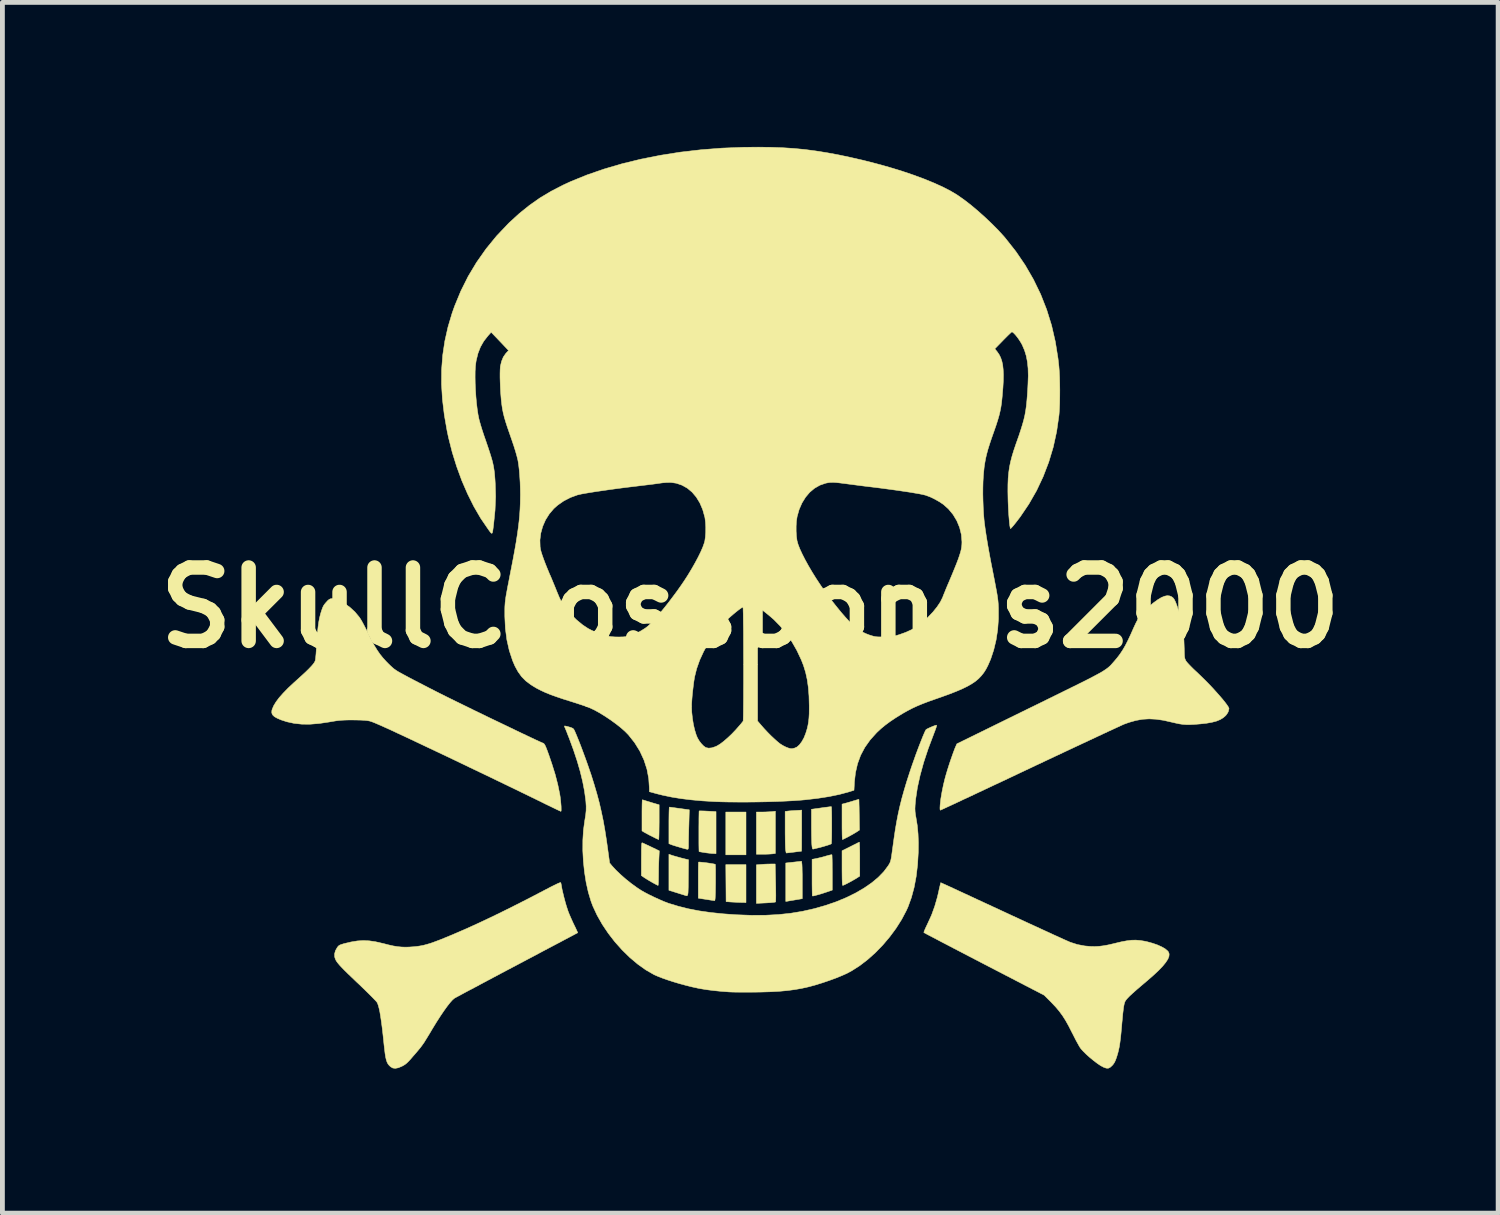
<source format=kicad_pcb>
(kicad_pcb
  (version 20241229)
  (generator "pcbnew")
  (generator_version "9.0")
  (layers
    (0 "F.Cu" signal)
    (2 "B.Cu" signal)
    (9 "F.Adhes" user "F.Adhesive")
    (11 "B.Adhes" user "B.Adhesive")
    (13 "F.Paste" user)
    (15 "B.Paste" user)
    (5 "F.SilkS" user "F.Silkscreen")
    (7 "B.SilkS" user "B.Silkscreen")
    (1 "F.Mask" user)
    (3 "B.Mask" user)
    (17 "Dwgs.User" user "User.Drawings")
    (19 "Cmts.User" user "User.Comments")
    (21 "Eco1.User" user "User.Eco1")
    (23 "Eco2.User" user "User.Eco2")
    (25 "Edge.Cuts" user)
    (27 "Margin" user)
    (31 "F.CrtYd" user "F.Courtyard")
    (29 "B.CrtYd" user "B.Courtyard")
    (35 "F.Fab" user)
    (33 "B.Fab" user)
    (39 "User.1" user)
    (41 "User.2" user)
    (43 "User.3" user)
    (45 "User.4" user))
  (footprint "SkullCrossbones2000"
    (layer "F.Cu")
    (at 12.526 9.566)
    (property "Reference" "SkullCrossbones2000" (at 0 0 0) (layer "F.SilkS") (effects (font (size 1.524 1.524) (thickness 0.3))))
    (attr through_hole)
    (fp_poly (pts (xy -0.089 5.131) (xy -0.508 5.131) (xy -0.508 4.242) (xy -0.089 4.242) (xy -0.089 5.131)) (stroke (width 0.01) (type solid)) (fill yes) (layer "F.SilkS"))
    (fp_poly (pts (xy -0.089 6.121) (xy -0.194 6.119) (xy -0.261 6.117) (xy -0.337 6.113) (xy -0.4 6.11) (xy -0.502 6.102) (xy -0.505 5.718) (xy -0.508 5.334) (xy -0.089 5.334) (xy -0.089 6.121)) (stroke (width 0.01) (type solid)) (fill yes) (layer "F.SilkS"))
    (fp_poly (pts (xy 0.521 5.102) (xy 0.462 5.11) (xy 0.424 5.113) (xy 0.369 5.116) (xy 0.306 5.118) (xy 0.265 5.118) (xy 0.127 5.118) (xy 0.127 4.242) (xy 0.246 4.242) (xy 0.31 4.241) (xy 0.375 4.238) (xy 0.431 4.235) (xy 0.443 4.234) (xy 0.521 4.225) (xy 0.521 5.102)) (stroke (width 0.01) (type solid)) (fill yes) (layer "F.SilkS"))
    (fp_poly (pts (xy 1.072 5.32) (xy 1.074 5.348) (xy 1.076 5.397) (xy 1.077 5.463) (xy 1.079 5.542) (xy 1.079 5.631) (xy 1.079 5.708) (xy 1.079 6.041) (xy 0.949 6.063) (xy 0.89 6.073) (xy 0.835 6.082) (xy 0.794 6.089) (xy 0.778 6.092) (xy 0.737 6.099) (xy 0.737 5.3) (xy 0.9 5.282) (xy 1.064 5.264) (xy 1.072 5.32)) (stroke (width 0.01) (type solid)) (fill yes) (layer "F.SilkS"))
    (fp_poly (pts (xy 0.526 5.71) (xy 0.528 5.807) (xy 0.529 5.896) (xy 0.53 5.973) (xy 0.529 6.036) (xy 0.528 6.082) (xy 0.526 6.106) (xy 0.525 6.109) (xy 0.509 6.113) (xy 0.473 6.118) (xy 0.42 6.123) (xy 0.356 6.127) (xy 0.321 6.129) (xy 0.127 6.138) (xy 0.127 5.338) (xy 0.224 5.33) (xy 0.29 5.325) (xy 0.364 5.322) (xy 0.419 5.321) (xy 0.517 5.321) (xy 0.526 5.71)) (stroke (width 0.01) (type solid)) (fill yes) (layer "F.SilkS"))
    (fp_poly (pts (xy -1.64 5.136) (xy -1.607 5.147) (xy -1.555 5.162) (xy -1.494 5.179) (xy -1.43 5.197) (xy -1.37 5.212) (xy -1.322 5.224) (xy -1.317 5.225) (xy -1.282 5.233) (xy -1.286 5.604) (xy -1.287 5.713) (xy -1.288 5.8) (xy -1.29 5.866) (xy -1.292 5.915) (xy -1.296 5.948) (xy -1.302 5.968) (xy -1.31 5.978) (xy -1.32 5.981) (xy -1.332 5.978) (xy -1.34 5.976) (xy -1.356 5.971) (xy -1.392 5.959) (xy -1.442 5.944) (xy -1.502 5.925) (xy -1.521 5.919) (xy -1.689 5.867) (xy -1.689 5.119) (xy -1.64 5.136)) (stroke (width 0.01) (type solid)) (fill yes) (layer "F.SilkS"))
    (fp_poly (pts (xy -1.014 4.219) (xy -0.963 4.22) (xy -0.902 4.223) (xy -0.884 4.224) (xy -0.711 4.233) (xy -0.711 5.105) (xy -0.765 5.104) (xy -0.802 5.102) (xy -0.855 5.096) (xy -0.915 5.089) (xy -0.938 5.085) (xy -0.99 5.077) (xy -1.032 5.07) (xy -1.058 5.065) (xy -1.063 5.063) (xy -1.064 5.049) (xy -1.065 5.014) (xy -1.066 4.961) (xy -1.067 4.893) (xy -1.067 4.814) (xy -1.067 4.728) (xy -1.067 4.639) (xy -1.067 4.55) (xy -1.066 4.464) (xy -1.066 4.386) (xy -1.065 4.319) (xy -1.064 4.266) (xy -1.063 4.232) (xy -1.061 4.22) (xy -1.048 4.218) (xy -1.014 4.219)) (stroke (width 0.01) (type solid)) (fill yes) (layer "F.SilkS"))
    (fp_poly (pts (xy 2.266 4.878) (xy 2.268 4.911) (xy 2.27 4.963) (xy 2.272 5.031) (xy 2.273 5.112) (xy 2.273 5.203) (xy 2.273 5.217) (xy 2.273 5.572) (xy 2.223 5.605) (xy 2.186 5.628) (xy 2.139 5.655) (xy 2.086 5.685) (xy 2.033 5.713) (xy 1.985 5.738) (xy 1.946 5.756) (xy 1.923 5.765) (xy 1.92 5.766) (xy 1.915 5.759) (xy 1.911 5.736) (xy 1.909 5.695) (xy 1.907 5.635) (xy 1.906 5.554) (xy 1.905 5.45) (xy 1.905 5.406) (xy 1.905 5.046) (xy 2.08 4.959) (xy 2.141 4.928) (xy 2.194 4.902) (xy 2.234 4.881) (xy 2.259 4.869) (xy 2.264 4.867) (xy 2.266 4.878)) (stroke (width 0.01) (type solid)) (fill yes) (layer "F.SilkS"))
    (fp_poly (pts (xy -2.226 3.991) (xy -2.194 4.001) (xy -2.15 4.015) (xy -2.136 4.019) (xy -2.077 4.037) (xy -2.016 4.056) (xy -1.966 4.07) (xy -1.965 4.071) (xy -1.892 4.091) (xy -1.892 4.452) (xy -1.893 4.545) (xy -1.894 4.629) (xy -1.895 4.701) (xy -1.897 4.758) (xy -1.899 4.796) (xy -1.901 4.812) (xy -1.902 4.813) (xy -1.916 4.807) (xy -1.949 4.793) (xy -1.993 4.771) (xy -2.038 4.748) (xy -2.095 4.72) (xy -2.146 4.692) (xy -2.187 4.67) (xy -2.207 4.659) (xy -2.248 4.633) (xy -2.248 4.311) (xy -2.248 4.223) (xy -2.247 4.145) (xy -2.246 4.078) (xy -2.244 4.028) (xy -2.243 3.997) (xy -2.241 3.988) (xy -2.226 3.991)) (stroke (width 0.01) (type solid)) (fill yes) (layer "F.SilkS"))
    (fp_poly (pts (xy 1.695 5.128) (xy 1.697 5.142) (xy 1.698 5.178) (xy 1.7 5.233) (xy 1.701 5.304) (xy 1.701 5.387) (xy 1.702 5.479) (xy 1.702 5.499) (xy 1.702 5.863) (xy 1.603 5.897) (xy 1.531 5.921) (xy 1.462 5.943) (xy 1.398 5.961) (xy 1.346 5.975) (xy 1.309 5.984) (xy 1.29 5.985) (xy 1.29 5.984) (xy 1.288 5.97) (xy 1.286 5.934) (xy 1.285 5.879) (xy 1.284 5.808) (xy 1.283 5.725) (xy 1.283 5.632) (xy 1.283 5.601) (xy 1.283 5.224) (xy 1.368 5.208) (xy 1.421 5.196) (xy 1.487 5.18) (xy 1.553 5.162) (xy 1.571 5.156) (xy 1.622 5.142) (xy 1.663 5.132) (xy 1.689 5.128) (xy 1.695 5.128)) (stroke (width 0.01) (type solid)) (fill yes) (layer "F.SilkS"))
    (fp_poly (pts (xy 2.256 3.992) (xy 2.257 4.027) (xy 2.258 4.08) (xy 2.26 4.148) (xy 2.261 4.228) (xy 2.262 4.299) (xy 2.267 4.616) (xy 2.203 4.658) (xy 2.17 4.678) (xy 2.126 4.704) (xy 2.075 4.732) (xy 2.024 4.76) (xy 1.976 4.784) (xy 1.939 4.803) (xy 1.916 4.812) (xy 1.913 4.813) (xy 1.911 4.801) (xy 1.909 4.767) (xy 1.907 4.713) (xy 1.906 4.644) (xy 1.905 4.562) (xy 1.905 4.47) (xy 1.905 4.445) (xy 1.905 4.078) (xy 1.959 4.064) (xy 1.995 4.054) (xy 2.047 4.039) (xy 2.106 4.022) (xy 2.133 4.013) (xy 2.184 3.998) (xy 2.225 3.986) (xy 2.25 3.98) (xy 2.255 3.979) (xy 2.256 3.992)) (stroke (width 0.01) (type solid)) (fill yes) (layer "F.SilkS"))
    (fp_poly (pts (xy -2.228 4.887) (xy -2.193 4.903) (xy -2.144 4.926) (xy -2.086 4.953) (xy -2.059 4.966) (xy -1.889 5.048) (xy -1.897 5.219) (xy -1.9 5.299) (xy -1.903 5.394) (xy -1.904 5.491) (xy -1.905 5.577) (xy -1.905 5.577) (xy -1.906 5.643) (xy -1.907 5.699) (xy -1.91 5.74) (xy -1.913 5.763) (xy -1.915 5.766) (xy -1.929 5.76) (xy -1.96 5.744) (xy -2.003 5.721) (xy -2.032 5.705) (xy -2.087 5.673) (xy -2.142 5.64) (xy -2.187 5.612) (xy -2.2 5.603) (xy -2.261 5.561) (xy -2.261 5.218) (xy -2.26 5.112) (xy -2.26 5.029) (xy -2.258 4.966) (xy -2.256 4.922) (xy -2.253 4.895) (xy -2.249 4.882) (xy -2.245 4.88) (xy -2.228 4.887)) (stroke (width 0.01) (type solid)) (fill yes) (layer "F.SilkS"))
    (fp_poly (pts (xy 1.067 4.628) (xy 1.067 4.729) (xy 1.066 4.822) (xy 1.066 4.903) (xy 1.066 4.97) (xy 1.065 5.019) (xy 1.064 5.048) (xy 1.064 5.055) (xy 1.051 5.056) (xy 1.017 5.06) (xy 0.969 5.066) (xy 0.91 5.074) (xy 0.909 5.074) (xy 0.849 5.081) (xy 0.799 5.087) (xy 0.764 5.091) (xy 0.748 5.093) (xy 0.748 5.093) (xy 0.743 5.081) (xy 0.737 5.051) (xy 0.732 5.015) (xy 0.73 4.981) (xy 0.728 4.926) (xy 0.726 4.855) (xy 0.725 4.77) (xy 0.724 4.678) (xy 0.724 4.583) (xy 0.724 4.23) (xy 0.765 4.224) (xy 0.796 4.22) (xy 0.843 4.216) (xy 0.901 4.212) (xy 0.937 4.21) (xy 1.067 4.202) (xy 1.067 4.628)) (stroke (width 0.01) (type solid)) (fill yes) (layer "F.SilkS"))
    (fp_poly (pts (xy -1.664 4.141) (xy -1.628 4.146) (xy -1.576 4.153) (xy -1.512 4.162) (xy -1.468 4.168) (xy -1.266 4.196) (xy -1.274 4.5) (xy -1.277 4.593) (xy -1.279 4.684) (xy -1.281 4.768) (xy -1.282 4.839) (xy -1.283 4.893) (xy -1.283 4.911) (xy -1.283 4.963) (xy -1.286 4.995) (xy -1.291 5.01) (xy -1.301 5.016) (xy -1.305 5.016) (xy -1.325 5.012) (xy -1.364 5.002) (xy -1.416 4.988) (xy -1.473 4.971) (xy -1.534 4.953) (xy -1.589 4.936) (xy -1.631 4.922) (xy -1.654 4.913) (xy -1.689 4.899) (xy -1.689 4.52) (xy -1.689 4.424) (xy -1.688 4.338) (xy -1.687 4.263) (xy -1.685 4.203) (xy -1.683 4.162) (xy -1.68 4.141) (xy -1.68 4.14) (xy -1.664 4.141)) (stroke (width 0.01) (type solid)) (fill yes) (layer "F.SilkS"))
    (fp_poly (pts (xy -1.025 5.283) (xy -0.977 5.288) (xy -0.922 5.294) (xy -0.864 5.302) (xy -0.81 5.311) (xy -0.765 5.318) (xy -0.735 5.325) (xy -0.726 5.329) (xy -0.724 5.344) (xy -0.723 5.381) (xy -0.721 5.438) (xy -0.721 5.509) (xy -0.721 5.593) (xy -0.721 5.686) (xy -0.721 5.712) (xy -0.723 5.825) (xy -0.724 5.915) (xy -0.727 5.983) (xy -0.729 6.032) (xy -0.733 6.063) (xy -0.737 6.079) (xy -0.74 6.082) (xy -0.76 6.079) (xy -0.797 6.074) (xy -0.832 6.069) (xy -0.888 6.06) (xy -0.952 6.05) (xy -0.994 6.044) (xy -1.079 6.03) (xy -1.079 5.659) (xy -1.079 5.564) (xy -1.079 5.478) (xy -1.078 5.404) (xy -1.077 5.344) (xy -1.076 5.303) (xy -1.074 5.283) (xy -1.074 5.282) (xy -1.059 5.28) (xy -1.025 5.283)) (stroke (width 0.01) (type solid)) (fill yes) (layer "F.SilkS"))
    (fp_poly (pts (xy 1.686 4.145) (xy 1.687 4.181) (xy 1.689 4.235) (xy 1.69 4.303) (xy 1.691 4.381) (xy 1.691 4.465) (xy 1.691 4.551) (xy 1.691 4.635) (xy 1.69 4.714) (xy 1.689 4.784) (xy 1.687 4.841) (xy 1.685 4.881) (xy 1.683 4.9) (xy 1.683 4.901) (xy 1.665 4.91) (xy 1.629 4.923) (xy 1.579 4.939) (xy 1.522 4.956) (xy 1.462 4.973) (xy 1.406 4.987) (xy 1.384 4.992) (xy 1.345 5.001) (xy 1.314 5.009) (xy 1.307 5.011) (xy 1.296 5.01) (xy 1.289 4.997) (xy 1.283 4.967) (xy 1.278 4.92) (xy 1.276 4.879) (xy 1.274 4.818) (xy 1.272 4.742) (xy 1.271 4.655) (xy 1.27 4.562) (xy 1.27 4.503) (xy 1.27 4.185) (xy 1.475 4.156) (xy 1.544 4.146) (xy 1.603 4.139) (xy 1.649 4.133) (xy 1.677 4.13) (xy 1.683 4.13) (xy 1.686 4.145)) (stroke (width 0.01) (type solid)) (fill yes) (layer "F.SilkS"))
    (fp_poly (pts (xy 3.965 5.713) (xy 3.998 5.728) (xy 4.052 5.752) (xy 4.124 5.785) (xy 4.213 5.826) (xy 4.318 5.875) (xy 4.437 5.93) (xy 4.569 5.991) (xy 4.712 6.058) (xy 4.866 6.129) (xy 5.028 6.204) (xy 5.196 6.282) (xy 5.251 6.307) (xy 5.424 6.388) (xy 5.592 6.465) (xy 5.753 6.54) (xy 5.906 6.61) (xy 6.049 6.676) (xy 6.18 6.736) (xy 6.299 6.791) (xy 6.403 6.838) (xy 6.49 6.878) (xy 6.56 6.909) (xy 6.61 6.931) (xy 6.639 6.944) (xy 6.642 6.945) (xy 6.791 6.993) (xy 6.945 7.022) (xy 7.062 7.032) (xy 7.151 7.034) (xy 7.237 7.03) (xy 7.328 7.019) (xy 7.429 7.001) (xy 7.546 6.974) (xy 7.582 6.965) (xy 7.709 6.935) (xy 7.817 6.915) (xy 7.914 6.903) (xy 8.003 6.901) (xy 8.091 6.908) (xy 8.184 6.923) (xy 8.236 6.934) (xy 8.349 6.965) (xy 8.451 7) (xy 8.54 7.04) (xy 8.612 7.081) (xy 8.663 7.124) (xy 8.681 7.146) (xy 8.696 7.188) (xy 8.692 7.238) (xy 8.669 7.296) (xy 8.625 7.364) (xy 8.561 7.442) (xy 8.476 7.531) (xy 8.37 7.63) (xy 8.242 7.742) (xy 8.225 7.756) (xy 8.112 7.852) (xy 8.017 7.933) (xy 7.94 8.002) (xy 7.879 8.058) (xy 7.834 8.104) (xy 7.803 8.14) (xy 7.785 8.167) (xy 7.784 8.168) (xy 7.774 8.19) (xy 7.766 8.216) (xy 7.758 8.251) (xy 7.75 8.295) (xy 7.743 8.352) (xy 7.734 8.425) (xy 7.726 8.516) (xy 7.715 8.628) (xy 7.709 8.703) (xy 7.697 8.832) (xy 7.686 8.94) (xy 7.674 9.031) (xy 7.662 9.11) (xy 7.647 9.18) (xy 7.631 9.246) (xy 7.611 9.312) (xy 7.605 9.332) (xy 7.582 9.395) (xy 7.56 9.442) (xy 7.536 9.478) (xy 7.511 9.507) (xy 7.469 9.544) (xy 7.431 9.561) (xy 7.389 9.559) (xy 7.336 9.54) (xy 7.329 9.537) (xy 7.272 9.506) (xy 7.204 9.46) (xy 7.13 9.404) (xy 7.053 9.341) (xy 6.981 9.277) (xy 6.917 9.214) (xy 6.867 9.159) (xy 6.849 9.135) (xy 6.828 9.101) (xy 6.799 9.049) (xy 6.763 8.984) (xy 6.725 8.909) (xy 6.685 8.831) (xy 6.676 8.814) (xy 6.609 8.682) (xy 6.545 8.568) (xy 6.482 8.469) (xy 6.416 8.379) (xy 6.344 8.293) (xy 6.261 8.205) (xy 6.242 8.185) (xy 6.102 8.045) (xy 4.857 7.4) (xy 4.692 7.314) (xy 4.532 7.231) (xy 4.381 7.152) (xy 4.238 7.078) (xy 4.107 7.009) (xy 3.987 6.947) (xy 3.881 6.891) (xy 3.79 6.843) (xy 3.715 6.804) (xy 3.658 6.774) (xy 3.621 6.754) (xy 3.604 6.745) (xy 3.604 6.745) (xy 3.606 6.731) (xy 3.618 6.699) (xy 3.638 6.652) (xy 3.665 6.595) (xy 3.682 6.559) (xy 3.763 6.382) (xy 3.829 6.2) (xy 3.885 6.006) (xy 3.911 5.893) (xy 3.925 5.828) (xy 3.938 5.774) (xy 3.947 5.733) (xy 3.953 5.711) (xy 3.954 5.708) (xy 3.965 5.713)) (stroke (width 0.01) (type solid)) (fill yes) (layer "F.SilkS"))
    (fp_poly (pts (xy 8.708 -0.244) (xy 8.711 -0.243) (xy 8.747 -0.228) (xy 8.777 -0.205) (xy 8.803 -0.171) (xy 8.828 -0.12) (xy 8.855 -0.05) (xy 8.865 -0.022) (xy 8.918 0.154) (xy 8.958 0.325) (xy 8.986 0.498) (xy 9.003 0.681) (xy 9.009 0.845) (xy 9.011 0.923) (xy 9.013 0.98) (xy 9.016 1.021) (xy 9.021 1.05) (xy 9.029 1.073) (xy 9.039 1.094) (xy 9.046 1.107) (xy 9.066 1.133) (xy 9.101 1.172) (xy 9.147 1.22) (xy 9.202 1.275) (xy 9.262 1.331) (xy 9.265 1.333) (xy 9.346 1.411) (xy 9.43 1.493) (xy 9.513 1.577) (xy 9.594 1.662) (xy 9.67 1.746) (xy 9.741 1.826) (xy 9.804 1.899) (xy 9.857 1.965) (xy 9.898 2.02) (xy 9.926 2.063) (xy 9.938 2.091) (xy 9.938 2.099) (xy 9.932 2.122) (xy 9.926 2.15) (xy 9.913 2.179) (xy 9.888 2.216) (xy 9.872 2.237) (xy 9.82 2.283) (xy 9.757 2.322) (xy 9.679 2.354) (xy 9.584 2.379) (xy 9.47 2.399) (xy 9.332 2.414) (xy 9.328 2.414) (xy 9.219 2.423) (xy 9.129 2.427) (xy 9.051 2.427) (xy 8.979 2.422) (xy 8.905 2.411) (xy 8.825 2.394) (xy 8.743 2.375) (xy 8.575 2.337) (xy 8.422 2.315) (xy 8.28 2.308) (xy 8.142 2.316) (xy 8.005 2.341) (xy 7.863 2.381) (xy 7.76 2.418) (xy 7.737 2.428) (xy 7.691 2.449) (xy 7.626 2.479) (xy 7.541 2.518) (xy 7.439 2.565) (xy 7.321 2.62) (xy 7.187 2.683) (xy 7.039 2.752) (xy 6.879 2.827) (xy 6.708 2.907) (xy 6.527 2.992) (xy 6.337 3.081) (xy 6.14 3.174) (xy 5.937 3.269) (xy 5.805 3.332) (xy 5.601 3.428) (xy 5.403 3.522) (xy 5.212 3.612) (xy 5.03 3.697) (xy 4.858 3.778) (xy 4.697 3.854) (xy 4.548 3.924) (xy 4.412 3.987) (xy 4.292 4.044) (xy 4.187 4.093) (xy 4.1 4.133) (xy 4.031 4.165) (xy 3.981 4.188) (xy 3.953 4.201) (xy 3.946 4.204) (xy 3.94 4.192) (xy 3.938 4.157) (xy 3.941 4.102) (xy 3.941 4.098) (xy 3.955 3.971) (xy 3.979 3.829) (xy 4.01 3.677) (xy 4.043 3.542) (xy 4.064 3.467) (xy 4.09 3.379) (xy 4.12 3.284) (xy 4.152 3.186) (xy 4.185 3.092) (xy 4.215 3.007) (xy 4.242 2.935) (xy 4.261 2.889) (xy 4.289 2.826) (xy 5.803 2.083) (xy 6.024 1.975) (xy 6.223 1.877) (xy 6.402 1.789) (xy 6.562 1.71) (xy 6.704 1.64) (xy 6.829 1.578) (xy 6.939 1.523) (xy 7.035 1.475) (xy 7.117 1.432) (xy 7.188 1.394) (xy 7.249 1.361) (xy 7.3 1.332) (xy 7.343 1.305) (xy 7.379 1.281) (xy 7.41 1.259) (xy 7.436 1.238) (xy 7.459 1.218) (xy 7.481 1.197) (xy 7.501 1.175) (xy 7.522 1.151) (xy 7.545 1.125) (xy 7.555 1.114) (xy 7.619 1.038) (xy 7.677 0.961) (xy 7.732 0.878) (xy 7.786 0.785) (xy 7.84 0.679) (xy 7.898 0.556) (xy 7.955 0.427) (xy 8.004 0.321) (xy 8.05 0.233) (xy 8.098 0.159) (xy 8.153 0.093) (xy 8.218 0.028) (xy 8.27 -0.019) (xy 8.371 -0.102) (xy 8.459 -0.166) (xy 8.535 -0.212) (xy 8.601 -0.239) (xy 8.658 -0.25) (xy 8.708 -0.244)) (stroke (width 0.01) (type solid)) (fill yes) (layer "F.SilkS"))
    (fp_poly (pts (xy -3.935 5.707) (xy -3.929 5.727) (xy -3.922 5.763) (xy -3.918 5.785) (xy -3.908 5.844) (xy -3.89 5.921) (xy -3.869 6.008) (xy -3.845 6.099) (xy -3.82 6.186) (xy -3.795 6.263) (xy -3.777 6.316) (xy -3.753 6.375) (xy -3.722 6.446) (xy -3.688 6.522) (xy -3.656 6.589) (xy -3.628 6.646) (xy -3.606 6.694) (xy -3.59 6.729) (xy -3.583 6.747) (xy -3.583 6.749) (xy -3.595 6.755) (xy -3.628 6.772) (xy -3.68 6.8) (xy -3.75 6.837) (xy -3.837 6.883) (xy -3.94 6.938) (xy -4.056 6.999) (xy -4.185 7.067) (xy -4.325 7.141) (xy -4.474 7.221) (xy -4.632 7.304) (xy -4.796 7.391) (xy -4.845 7.417) (xy -5.012 7.505) (xy -5.173 7.59) (xy -5.327 7.672) (xy -5.472 7.749) (xy -5.607 7.821) (xy -5.73 7.887) (xy -5.841 7.945) (xy -5.936 7.996) (xy -6.015 8.039) (xy -6.077 8.072) (xy -6.119 8.095) (xy -6.141 8.107) (xy -6.143 8.109) (xy -6.182 8.142) (xy -6.232 8.198) (xy -6.291 8.273) (xy -6.359 8.367) (xy -6.434 8.478) (xy -6.515 8.604) (xy -6.602 8.746) (xy -6.642 8.814) (xy -6.694 8.9) (xy -6.737 8.97) (xy -6.773 9.028) (xy -6.809 9.079) (xy -6.845 9.128) (xy -6.888 9.18) (xy -6.939 9.241) (xy -7.001 9.312) (xy -7.055 9.375) (xy -7.098 9.421) (xy -7.133 9.455) (xy -7.164 9.48) (xy -7.195 9.5) (xy -7.23 9.519) (xy -7.306 9.551) (xy -7.368 9.563) (xy -7.42 9.557) (xy -7.466 9.531) (xy -7.467 9.53) (xy -7.497 9.502) (xy -7.521 9.472) (xy -7.54 9.436) (xy -7.556 9.39) (xy -7.57 9.331) (xy -7.582 9.256) (xy -7.593 9.162) (xy -7.603 9.077) (xy -7.622 8.894) (xy -7.64 8.735) (xy -7.658 8.598) (xy -7.675 8.483) (xy -7.691 8.388) (xy -7.708 8.311) (xy -7.724 8.252) (xy -7.741 8.208) (xy -7.75 8.191) (xy -7.766 8.172) (xy -7.797 8.139) (xy -7.843 8.091) (xy -7.901 8.033) (xy -7.969 7.966) (xy -8.045 7.892) (xy -8.127 7.813) (xy -8.166 7.777) (xy -8.269 7.678) (xy -8.355 7.596) (xy -8.426 7.526) (xy -8.482 7.468) (xy -8.527 7.42) (xy -8.561 7.379) (xy -8.587 7.345) (xy -8.605 7.314) (xy -8.617 7.285) (xy -8.626 7.257) (xy -8.629 7.243) (xy -8.63 7.185) (xy -8.612 7.12) (xy -8.576 7.056) (xy -8.574 7.053) (xy -8.553 7.026) (xy -8.53 7.008) (xy -8.498 6.994) (xy -8.45 6.979) (xy -8.438 6.975) (xy -8.291 6.94) (xy -8.158 6.918) (xy -8.033 6.91) (xy -7.909 6.916) (xy -7.779 6.935) (xy -7.636 6.968) (xy -7.625 6.97) (xy -7.509 7) (xy -7.41 7.022) (xy -7.324 7.036) (xy -7.244 7.044) (xy -7.164 7.047) (xy -7.079 7.045) (xy -7.068 7.044) (xy -6.993 7.039) (xy -6.923 7.032) (xy -6.855 7.022) (xy -6.787 7.009) (xy -6.715 6.99) (xy -6.637 6.967) (xy -6.551 6.936) (xy -6.452 6.899) (xy -6.338 6.853) (xy -6.207 6.799) (xy -6.071 6.741) (xy -5.856 6.647) (xy -5.622 6.54) (xy -5.372 6.422) (xy -5.108 6.293) (xy -4.834 6.156) (xy -4.55 6.011) (xy -4.261 5.86) (xy -4.255 5.857) (xy -4.15 5.802) (xy -4.066 5.76) (xy -4.002 5.729) (xy -3.959 5.711) (xy -3.938 5.706) (xy -3.935 5.707)) (stroke (width 0.01) (type solid)) (fill yes) (layer "F.SilkS"))
    (fp_poly (pts (xy -8.606 -0.175) (xy -8.548 -0.153) (xy -8.429 -0.092) (xy -8.314 -0.01) (xy -8.208 0.087) (xy -8.118 0.195) (xy -8.094 0.231) (xy -8.07 0.27) (xy -8.039 0.327) (xy -8.002 0.397) (xy -7.963 0.473) (xy -7.926 0.55) (xy -7.862 0.679) (xy -7.803 0.788) (xy -7.746 0.881) (xy -7.689 0.964) (xy -7.628 1.04) (xy -7.561 1.114) (xy -7.52 1.156) (xy -7.474 1.201) (xy -7.435 1.237) (xy -7.399 1.268) (xy -7.361 1.295) (xy -7.318 1.323) (xy -7.263 1.354) (xy -7.193 1.392) (xy -7.15 1.415) (xy -7.08 1.453) (xy -6.992 1.499) (xy -6.892 1.551) (xy -6.783 1.607) (xy -6.671 1.665) (xy -6.561 1.721) (xy -6.505 1.75) (xy -6.425 1.79) (xy -6.331 1.837) (xy -6.224 1.89) (xy -6.106 1.948) (xy -5.979 2.01) (xy -5.846 2.075) (xy -5.708 2.143) (xy -5.566 2.211) (xy -5.423 2.281) (xy -5.281 2.349) (xy -5.141 2.416) (xy -5.006 2.481) (xy -4.877 2.543) (xy -4.756 2.601) (xy -4.646 2.653) (xy -4.547 2.7) (xy -4.462 2.74) (xy -4.393 2.772) (xy -4.341 2.795) (xy -4.309 2.809) (xy -4.299 2.812) (xy -4.287 2.819) (xy -4.273 2.836) (xy -4.256 2.866) (xy -4.236 2.912) (xy -4.212 2.975) (xy -4.182 3.057) (xy -4.147 3.16) (xy -4.12 3.239) (xy -4.051 3.46) (xy -3.996 3.673) (xy -3.956 3.867) (xy -3.946 3.93) (xy -3.938 3.997) (xy -3.932 4.063) (xy -3.927 4.123) (xy -3.926 4.174) (xy -3.926 4.211) (xy -3.93 4.227) (xy -3.932 4.228) (xy -3.946 4.222) (xy -3.979 4.207) (xy -4.03 4.183) (xy -4.096 4.151) (xy -4.172 4.114) (xy -4.258 4.073) (xy -4.305 4.049) (xy -4.518 3.945) (xy -4.751 3.832) (xy -5 3.711) (xy -5.263 3.584) (xy -5.537 3.452) (xy -5.818 3.318) (xy -6.102 3.181) (xy -6.388 3.045) (xy -6.672 2.911) (xy -6.95 2.779) (xy -7.22 2.652) (xy -7.303 2.614) (xy -7.458 2.541) (xy -7.591 2.481) (xy -7.701 2.432) (xy -7.789 2.394) (xy -7.855 2.368) (xy -7.899 2.354) (xy -7.906 2.352) (xy -7.952 2.344) (xy -8.009 2.338) (xy -8.082 2.334) (xy -8.174 2.332) (xy -8.249 2.331) (xy -8.34 2.331) (xy -8.414 2.333) (xy -8.477 2.336) (xy -8.537 2.341) (xy -8.601 2.349) (xy -8.676 2.361) (xy -8.75 2.374) (xy -8.953 2.404) (xy -9.139 2.419) (xy -9.31 2.418) (xy -9.47 2.401) (xy -9.621 2.368) (xy -9.741 2.329) (xy -9.822 2.294) (xy -9.88 2.261) (xy -9.917 2.225) (xy -9.934 2.185) (xy -9.933 2.139) (xy -9.925 2.108) (xy -9.894 2.035) (xy -9.846 1.956) (xy -9.782 1.87) (xy -9.698 1.775) (xy -9.596 1.67) (xy -9.473 1.555) (xy -9.425 1.512) (xy -9.319 1.416) (xy -9.231 1.335) (xy -9.161 1.266) (xy -9.107 1.209) (xy -9.068 1.163) (xy -9.043 1.125) (xy -9.031 1.096) (xy -9.026 1.068) (xy -9.021 1.02) (xy -9.015 0.957) (xy -9.01 0.882) (xy -9.005 0.801) (xy -9.004 0.794) (xy -8.995 0.639) (xy -8.984 0.507) (xy -8.972 0.393) (xy -8.958 0.294) (xy -8.941 0.206) (xy -8.921 0.126) (xy -8.897 0.05) (xy -8.895 0.045) (xy -8.878 -0.002) (xy -8.861 -0.038) (xy -8.84 -0.07) (xy -8.81 -0.106) (xy -8.777 -0.143) (xy -8.742 -0.173) (xy -8.706 -0.188) (xy -8.662 -0.189) (xy -8.606 -0.175)) (stroke (width 0.01) (type solid)) (fill yes) (layer "F.SilkS"))
    (fp_poly (pts (xy 3.868 2.45) (xy 3.86 2.482) (xy 3.842 2.534) (xy 3.816 2.602) (xy 3.807 2.626) (xy 3.694 2.926) (xy 3.6 3.21) (xy 3.526 3.479) (xy 3.47 3.732) (xy 3.434 3.97) (xy 3.422 4.102) (xy 3.419 4.174) (xy 3.422 4.238) (xy 3.431 4.307) (xy 3.44 4.356) (xy 3.467 4.523) (xy 3.483 4.695) (xy 3.49 4.878) (xy 3.488 5.073) (xy 3.473 5.334) (xy 3.444 5.58) (xy 3.401 5.809) (xy 3.344 6.02) (xy 3.274 6.212) (xy 3.24 6.287) (xy 3.142 6.473) (xy 3.026 6.656) (xy 2.895 6.833) (xy 2.751 7.003) (xy 2.598 7.161) (xy 2.438 7.304) (xy 2.274 7.43) (xy 2.109 7.536) (xy 2.005 7.592) (xy 1.904 7.637) (xy 1.782 7.687) (xy 1.643 7.738) (xy 1.493 7.789) (xy 1.492 7.789) (xy 1.347 7.834) (xy 1.206 7.872) (xy 1.066 7.903) (xy 0.923 7.928) (xy 0.773 7.948) (xy 0.611 7.963) (xy 0.434 7.973) (xy 0.238 7.979) (xy 0.114 7.981) (xy 0.005 7.982) (xy -0.105 7.982) (xy -0.211 7.982) (xy -0.308 7.981) (xy -0.391 7.979) (xy -0.454 7.976) (xy -0.464 7.975) (xy -0.609 7.964) (xy -0.757 7.949) (xy -0.9 7.931) (xy -1.029 7.91) (xy -1.092 7.898) (xy -1.211 7.872) (xy -1.338 7.84) (xy -1.468 7.805) (xy -1.595 7.767) (xy -1.716 7.728) (xy -1.827 7.689) (xy -1.921 7.652) (xy -1.996 7.619) (xy -2 7.617) (xy -2.17 7.519) (xy -2.338 7.399) (xy -2.503 7.26) (xy -2.661 7.105) (xy -2.811 6.937) (xy -2.949 6.759) (xy -3.073 6.574) (xy -3.18 6.385) (xy -3.268 6.196) (xy -3.307 6.092) (xy -3.363 5.905) (xy -3.408 5.702) (xy -3.442 5.486) (xy -3.465 5.265) (xy -3.477 5.042) (xy -3.476 4.824) (xy -3.463 4.617) (xy -3.437 4.425) (xy -3.434 4.407) (xy -3.417 4.302) (xy -3.408 4.211) (xy -3.407 4.122) (xy -3.413 4.026) (xy -3.416 3.996) (xy -3.442 3.806) (xy -3.48 3.609) (xy -3.53 3.403) (xy -3.593 3.185) (xy -3.67 2.953) (xy -3.76 2.708) (xy -3.787 2.641) (xy -3.81 2.58) (xy -3.83 2.531) (xy -3.844 2.498) (xy -3.849 2.488) (xy -3.857 2.465) (xy -3.857 2.455) (xy -3.842 2.456) (xy -3.81 2.463) (xy -3.767 2.474) (xy -3.761 2.476) (xy -3.714 2.491) (xy -3.685 2.504) (xy -3.667 2.52) (xy -3.652 2.546) (xy -3.644 2.563) (xy -3.608 2.647) (xy -3.566 2.75) (xy -3.52 2.867) (xy -3.473 2.993) (xy -3.425 3.123) (xy -3.379 3.251) (xy -3.337 3.373) (xy -3.303 3.472) (xy -3.239 3.677) (xy -3.183 3.868) (xy -3.134 4.052) (xy -3.092 4.235) (xy -3.053 4.421) (xy -3.018 4.618) (xy -2.985 4.83) (xy -2.965 4.971) (xy -2.92 5.299) (xy -2.87 5.36) (xy -2.791 5.446) (xy -2.694 5.539) (xy -2.586 5.634) (xy -2.472 5.725) (xy -2.358 5.808) (xy -2.267 5.868) (xy -2.192 5.911) (xy -2.1 5.959) (xy -1.999 6.008) (xy -1.896 6.055) (xy -1.798 6.098) (xy -1.712 6.131) (xy -1.689 6.139) (xy -1.491 6.199) (xy -1.283 6.251) (xy -1.06 6.294) (xy -0.822 6.328) (xy -0.564 6.355) (xy -0.285 6.375) (xy -0.279 6.375) (xy 0.024 6.386) (xy 0.309 6.385) (xy 0.578 6.371) (xy 0.836 6.344) (xy 1.084 6.303) (xy 1.327 6.248) (xy 1.556 6.183) (xy 1.781 6.106) (xy 1.991 6.019) (xy 2.185 5.924) (xy 2.362 5.821) (xy 2.52 5.712) (xy 2.657 5.598) (xy 2.772 5.479) (xy 2.864 5.356) (xy 2.879 5.332) (xy 2.893 5.307) (xy 2.905 5.282) (xy 2.914 5.253) (xy 2.923 5.215) (xy 2.932 5.165) (xy 2.941 5.098) (xy 2.953 5.011) (xy 2.982 4.801) (xy 3.01 4.611) (xy 3.04 4.436) (xy 3.072 4.271) (xy 3.108 4.112) (xy 3.148 3.953) (xy 3.194 3.789) (xy 3.246 3.615) (xy 3.307 3.426) (xy 3.327 3.365) (xy 3.361 3.265) (xy 3.398 3.161) (xy 3.435 3.056) (xy 3.474 2.952) (xy 3.511 2.854) (xy 3.547 2.763) (xy 3.579 2.682) (xy 3.607 2.616) (xy 3.629 2.566) (xy 3.645 2.536) (xy 3.65 2.53) (xy 3.669 2.518) (xy 3.705 2.5) (xy 3.749 2.48) (xy 3.795 2.461) (xy 3.835 2.446) (xy 3.862 2.439) (xy 3.866 2.438) (xy 3.868 2.45)) (stroke (width 0.01) (type solid)) (fill yes) (layer "F.SilkS"))
    (fp_poly (pts (xy 0.433 -9.558) (xy 0.675 -9.549) (xy 0.907 -9.534) (xy 1.135 -9.512) (xy 1.362 -9.482) (xy 1.594 -9.445) (xy 1.837 -9.4) (xy 2.064 -9.352) (xy 2.349 -9.287) (xy 2.625 -9.216) (xy 2.891 -9.142) (xy 3.144 -9.065) (xy 3.383 -8.984) (xy 3.606 -8.902) (xy 3.811 -8.818) (xy 3.997 -8.734) (xy 4.161 -8.649) (xy 4.301 -8.565) (xy 4.317 -8.554) (xy 4.446 -8.463) (xy 4.586 -8.354) (xy 4.73 -8.233) (xy 4.874 -8.104) (xy 5.015 -7.97) (xy 5.147 -7.837) (xy 5.265 -7.708) (xy 5.297 -7.67) (xy 5.514 -7.395) (xy 5.708 -7.11) (xy 5.879 -6.814) (xy 6.028 -6.507) (xy 6.153 -6.189) (xy 6.255 -5.861) (xy 6.333 -5.522) (xy 6.389 -5.172) (xy 6.407 -5.011) (xy 6.415 -4.908) (xy 6.421 -4.787) (xy 6.424 -4.655) (xy 6.426 -4.517) (xy 6.425 -4.379) (xy 6.423 -4.247) (xy 6.418 -4.126) (xy 6.411 -4.022) (xy 6.407 -3.984) (xy 6.36 -3.656) (xy 6.29 -3.335) (xy 6.196 -3.023) (xy 6.08 -2.721) (xy 5.943 -2.43) (xy 5.783 -2.151) (xy 5.603 -1.885) (xy 5.512 -1.766) (xy 5.473 -1.718) (xy 5.44 -1.679) (xy 5.416 -1.653) (xy 5.403 -1.642) (xy 5.402 -1.642) (xy 5.396 -1.66) (xy 5.388 -1.701) (xy 5.381 -1.76) (xy 5.374 -1.834) (xy 5.367 -1.919) (xy 5.361 -2.013) (xy 5.356 -2.111) (xy 5.352 -2.21) (xy 5.351 -2.252) (xy 5.348 -2.417) (xy 5.349 -2.56) (xy 5.354 -2.689) (xy 5.365 -2.806) (xy 5.381 -2.919) (xy 5.404 -3.03) (xy 5.434 -3.146) (xy 5.472 -3.27) (xy 5.519 -3.409) (xy 5.531 -3.442) (xy 5.579 -3.578) (xy 5.618 -3.697) (xy 5.651 -3.803) (xy 5.678 -3.9) (xy 5.7 -3.994) (xy 5.717 -4.088) (xy 5.731 -4.187) (xy 5.742 -4.296) (xy 5.752 -4.419) (xy 5.761 -4.56) (xy 5.765 -4.642) (xy 5.771 -4.815) (xy 5.767 -4.969) (xy 5.753 -5.105) (xy 5.729 -5.229) (xy 5.694 -5.342) (xy 5.648 -5.45) (xy 5.645 -5.457) (xy 5.615 -5.51) (xy 5.579 -5.566) (xy 5.541 -5.619) (xy 5.503 -5.666) (xy 5.469 -5.701) (xy 5.443 -5.722) (xy 5.431 -5.726) (xy 5.418 -5.717) (xy 5.391 -5.692) (xy 5.351 -5.654) (xy 5.304 -5.607) (xy 5.25 -5.553) (xy 5.247 -5.549) (xy 5.077 -5.375) (xy 5.129 -5.31) (xy 5.167 -5.254) (xy 5.198 -5.192) (xy 5.222 -5.122) (xy 5.24 -5.041) (xy 5.25 -4.947) (xy 5.255 -4.838) (xy 5.253 -4.712) (xy 5.245 -4.566) (xy 5.231 -4.398) (xy 5.226 -4.346) (xy 5.216 -4.25) (xy 5.203 -4.163) (xy 5.186 -4.077) (xy 5.165 -3.989) (xy 5.137 -3.893) (xy 5.102 -3.784) (xy 5.058 -3.657) (xy 5.055 -3.649) (xy 5.006 -3.51) (xy 4.966 -3.39) (xy 4.933 -3.284) (xy 4.907 -3.188) (xy 4.886 -3.098) (xy 4.87 -3.01) (xy 4.856 -2.918) (xy 4.846 -2.819) (xy 4.838 -2.725) (xy 4.832 -2.62) (xy 4.829 -2.496) (xy 4.828 -2.361) (xy 4.831 -2.22) (xy 4.836 -2.081) (xy 4.843 -1.95) (xy 4.853 -1.833) (xy 4.857 -1.791) (xy 4.876 -1.645) (xy 4.901 -1.478) (xy 4.932 -1.292) (xy 4.968 -1.092) (xy 5.008 -0.88) (xy 5.018 -0.832) (xy 5.046 -0.689) (xy 5.07 -0.568) (xy 5.089 -0.466) (xy 5.105 -0.382) (xy 5.118 -0.311) (xy 5.128 -0.252) (xy 5.135 -0.201) (xy 5.141 -0.157) (xy 5.145 -0.115) (xy 5.148 -0.075) (xy 5.15 -0.032) (xy 5.152 0.006) (xy 5.152 0.232) (xy 5.136 0.455) (xy 5.103 0.671) (xy 5.054 0.876) (xy 4.991 1.067) (xy 4.933 1.2) (xy 4.892 1.279) (xy 4.847 1.35) (xy 4.796 1.414) (xy 4.739 1.474) (xy 4.672 1.53) (xy 4.593 1.583) (xy 4.501 1.635) (xy 4.394 1.687) (xy 4.269 1.74) (xy 4.125 1.796) (xy 3.959 1.856) (xy 3.85 1.894) (xy 3.705 1.945) (xy 3.579 1.993) (xy 3.468 2.039) (xy 3.366 2.086) (xy 3.268 2.137) (xy 3.17 2.192) (xy 3.152 2.203) (xy 3.019 2.285) (xy 2.904 2.362) (xy 2.805 2.435) (xy 2.715 2.509) (xy 2.631 2.587) (xy 2.621 2.597) (xy 2.488 2.745) (xy 2.378 2.9) (xy 2.291 3.064) (xy 2.227 3.238) (xy 2.184 3.425) (xy 2.161 3.626) (xy 2.161 3.638) (xy 2.153 3.79) (xy 2.038 3.826) (xy 1.848 3.877) (xy 1.634 3.921) (xy 1.397 3.958) (xy 1.136 3.988) (xy 1.058 3.995) (xy 0.908 4.006) (xy 0.736 4.015) (xy 0.55 4.023) (xy 0.353 4.029) (xy 0.15 4.033) (xy -0.052 4.035) (xy -0.251 4.035) (xy -0.44 4.034) (xy -0.614 4.03) (xy -0.743 4.025) (xy -0.995 4.01) (xy -1.226 3.989) (xy -1.438 3.963) (xy -1.635 3.931) (xy -1.821 3.892) (xy -1.953 3.859) (xy -2.095 3.82) (xy -2.095 3.751) (xy -2.108 3.549) (xy -2.145 3.353) (xy -2.207 3.162) (xy -2.292 2.978) (xy -2.401 2.802) (xy -2.531 2.638) (xy -2.599 2.569) (xy -2.686 2.492) (xy -2.786 2.413) (xy -2.896 2.333) (xy -3.009 2.257) (xy -3.122 2.187) (xy -3.23 2.127) (xy -3.327 2.081) (xy -3.333 2.079) (xy -3.379 2.061) (xy -3.429 2.043) (xy -1.219 2.043) (xy -1.215 2.167) (xy -1.201 2.296) (xy -1.181 2.422) (xy -1.154 2.539) (xy -1.122 2.642) (xy -1.098 2.7) (xy -1.062 2.762) (xy -1.018 2.82) (xy -0.971 2.869) (xy -0.927 2.901) (xy -0.921 2.904) (xy -0.865 2.916) (xy -0.797 2.909) (xy -0.72 2.883) (xy -0.69 2.869) (xy -0.627 2.831) (xy -0.553 2.775) (xy -0.472 2.705) (xy -0.387 2.625) (xy -0.303 2.537) (xy -0.273 2.503) (xy -0.23 2.454) (xy -0.193 2.411) (xy -0.166 2.377) (xy -0.151 2.358) (xy -0.149 2.356) (xy -0.147 2.34) (xy -0.146 2.301) (xy -0.144 2.242) (xy -0.143 2.164) (xy -0.142 2.069) (xy -0.141 1.96) (xy -0.14 1.838) (xy -0.14 1.707) (xy -0.139 1.568) (xy -0.139 1.422) (xy -0.139 1.274) (xy -0.139 1.154) (xy 0.152 1.154) (xy 0.152 1.18) (xy 0.152 2.353) (xy 0.24 2.456) (xy 0.296 2.519) (xy 0.36 2.587) (xy 0.427 2.655) (xy 0.494 2.718) (xy 0.555 2.773) (xy 0.606 2.815) (xy 0.626 2.83) (xy 0.683 2.865) (xy 0.743 2.895) (xy 0.799 2.916) (xy 0.845 2.927) (xy 0.87 2.926) (xy 0.891 2.921) (xy 0.918 2.915) (xy 0.969 2.892) (xy 1.02 2.847) (xy 1.069 2.782) (xy 1.114 2.702) (xy 1.151 2.609) (xy 1.159 2.584) (xy 1.182 2.508) (xy 1.198 2.438) (xy 1.21 2.367) (xy 1.218 2.291) (xy 1.223 2.205) (xy 1.224 2.101) (xy 1.224 2.032) (xy 1.219 1.834) (xy 1.205 1.656) (xy 1.182 1.494) (xy 1.149 1.343) (xy 1.105 1.2) (xy 1.06 1.085) (xy 0.969 0.891) (xy 0.865 0.708) (xy 0.749 0.538) (xy 0.626 0.386) (xy 0.497 0.254) (xy 0.481 0.239) (xy 0.415 0.182) (xy 0.35 0.128) (xy 0.291 0.081) (xy 0.24 0.042) (xy 0.199 0.014) (xy 0.172 -0.001) (xy 0.162 -0.002) (xy 0.161 0.012) (xy 0.159 0.049) (xy 0.158 0.109) (xy 0.157 0.188) (xy 0.156 0.286) (xy 0.155 0.4) (xy 0.154 0.528) (xy 0.153 0.67) (xy 0.152 0.823) (xy 0.152 0.985) (xy 0.152 1.154) (xy -0.139 1.154) (xy -0.139 1.124) (xy -0.14 0.974) (xy -0.14 0.827) (xy -0.141 0.686) (xy -0.141 0.551) (xy -0.142 0.426) (xy -0.144 0.313) (xy -0.145 0.213) (xy -0.146 0.129) (xy -0.148 0.062) (xy -0.149 0.016) (xy -0.151 -0.008) (xy -0.152 -0.01) (xy -0.169 -0.005) (xy -0.2 0.015) (xy -0.244 0.047) (xy -0.297 0.089) (xy -0.354 0.136) (xy -0.414 0.188) (xy -0.473 0.241) (xy -0.506 0.273) (xy -0.637 0.412) (xy -0.759 0.567) (xy -0.87 0.734) (xy -0.968 0.909) (xy -1.05 1.087) (xy -1.113 1.265) (xy -1.156 1.437) (xy -1.161 1.467) (xy -1.173 1.543) (xy -1.184 1.632) (xy -1.195 1.726) (xy -1.205 1.821) (xy -1.212 1.909) (xy -1.217 1.985) (xy -1.219 2.042) (xy -1.219 2.043) (xy -3.429 2.043) (xy -3.444 2.037) (xy -3.522 2.011) (xy -3.607 1.983) (xy -3.695 1.955) (xy -3.714 1.949) (xy -3.877 1.898) (xy -4.019 1.85) (xy -4.142 1.806) (xy -4.249 1.763) (xy -4.344 1.719) (xy -4.43 1.675) (xy -4.509 1.628) (xy -4.559 1.596) (xy -4.661 1.519) (xy -4.747 1.432) (xy -4.82 1.331) (xy -4.885 1.213) (xy -4.934 1.099) (xy -5.003 0.89) (xy -5.053 0.668) (xy -5.084 0.432) (xy -5.096 0.18) (xy -5.096 0.133) (xy -5.096 0.075) (xy -5.096 0.024) (xy -5.095 -0.021) (xy -5.092 -0.065) (xy -5.089 -0.109) (xy -5.083 -0.157) (xy -5.076 -0.21) (xy -5.066 -0.273) (xy -5.052 -0.347) (xy -5.036 -0.435) (xy -5.015 -0.54) (xy -4.991 -0.666) (xy -4.966 -0.794) (xy -4.925 -1.005) (xy -4.89 -1.195) (xy -4.86 -1.366) (xy -4.854 -1.405) (xy -4.367 -1.405) (xy -4.363 -1.265) (xy -4.355 -1.214) (xy -4.343 -1.165) (xy -4.321 -1.095) (xy -4.291 -1.01) (xy -4.254 -0.912) (xy -4.211 -0.805) (xy -4.164 -0.692) (xy -4.152 -0.667) (xy -4.123 -0.599) (xy -4.089 -0.516) (xy -4.052 -0.427) (xy -4.018 -0.342) (xy -4.007 -0.315) (xy -3.966 -0.217) (xy -3.929 -0.139) (xy -3.895 -0.079) (xy -3.866 -0.036) (xy -3.74 0.118) (xy -3.611 0.249) (xy -3.479 0.358) (xy -3.367 0.432) (xy -3.298 0.468) (xy -3.214 0.505) (xy -3.122 0.54) (xy -3.031 0.57) (xy -2.953 0.591) (xy -2.888 0.601) (xy -2.808 0.607) (xy -2.722 0.608) (xy -2.639 0.606) (xy -2.565 0.599) (xy -2.52 0.59) (xy -2.441 0.564) (xy -2.352 0.525) (xy -2.261 0.476) (xy -2.179 0.424) (xy -2.13 0.387) (xy -2.078 0.339) (xy -2.014 0.272) (xy -1.941 0.19) (xy -1.861 0.096) (xy -1.776 -0.008) (xy -1.688 -0.12) (xy -1.601 -0.235) (xy -1.515 -0.351) (xy -1.434 -0.466) (xy -1.374 -0.554) (xy -1.292 -0.681) (xy -1.215 -0.809) (xy -1.144 -0.934) (xy -1.081 -1.052) (xy -1.027 -1.162) (xy -0.985 -1.259) (xy -0.956 -1.341) (xy -0.944 -1.384) (xy -0.932 -1.469) (xy -0.925 -1.569) (xy -0.925 -1.588) (xy 0.952 -1.588) (xy 0.958 -1.485) (xy 0.97 -1.395) (xy 0.971 -1.391) (xy 0.992 -1.315) (xy 1.028 -1.222) (xy 1.077 -1.116) (xy 1.137 -0.998) (xy 1.207 -0.871) (xy 1.285 -0.738) (xy 1.37 -0.602) (xy 1.46 -0.466) (xy 1.553 -0.332) (xy 1.649 -0.203) (xy 1.682 -0.159) (xy 1.792 -0.02) (xy 1.889 0.099) (xy 1.977 0.2) (xy 2.056 0.286) (xy 2.129 0.358) (xy 2.198 0.417) (xy 2.265 0.466) (xy 2.332 0.506) (xy 2.401 0.539) (xy 2.474 0.567) (xy 2.515 0.58) (xy 2.556 0.592) (xy 2.594 0.6) (xy 2.633 0.605) (xy 2.682 0.607) (xy 2.746 0.606) (xy 2.788 0.605) (xy 2.865 0.602) (xy 2.925 0.598) (xy 2.974 0.591) (xy 3.022 0.581) (xy 3.074 0.565) (xy 3.087 0.562) (xy 3.229 0.511) (xy 3.352 0.455) (xy 3.464 0.388) (xy 3.571 0.307) (xy 3.679 0.208) (xy 3.684 0.203) (xy 3.791 0.091) (xy 3.878 -0.017) (xy 3.946 -0.119) (xy 3.992 -0.211) (xy 3.995 -0.218) (xy 4.01 -0.259) (xy 4.034 -0.317) (xy 4.063 -0.389) (xy 4.096 -0.468) (xy 4.131 -0.549) (xy 4.137 -0.564) (xy 4.196 -0.704) (xy 4.245 -0.824) (xy 4.286 -0.926) (xy 4.319 -1.013) (xy 4.344 -1.087) (xy 4.364 -1.15) (xy 4.378 -1.206) (xy 4.387 -1.256) (xy 4.392 -1.304) (xy 4.394 -1.352) (xy 4.394 -1.369) (xy 4.382 -1.518) (xy 4.346 -1.664) (xy 4.288 -1.804) (xy 4.21 -1.934) (xy 4.113 -2.051) (xy 4.01 -2.143) (xy 3.93 -2.197) (xy 3.837 -2.25) (xy 3.741 -2.297) (xy 3.651 -2.331) (xy 3.636 -2.336) (xy 3.586 -2.348) (xy 3.514 -2.363) (xy 3.421 -2.379) (xy 3.309 -2.398) (xy 3.18 -2.417) (xy 3.038 -2.438) (xy 2.884 -2.459) (xy 2.72 -2.481) (xy 2.553 -2.502) (xy 2.442 -2.515) (xy 2.33 -2.529) (xy 2.222 -2.543) (xy 2.123 -2.556) (xy 2.037 -2.567) (xy 1.969 -2.576) (xy 1.953 -2.578) (xy 1.858 -2.59) (xy 1.783 -2.598) (xy 1.722 -2.602) (xy 1.67 -2.601) (xy 1.623 -2.596) (xy 1.575 -2.587) (xy 1.563 -2.584) (xy 1.444 -2.543) (xy 1.334 -2.48) (xy 1.234 -2.396) (xy 1.147 -2.293) (xy 1.073 -2.173) (xy 1.014 -2.038) (xy 0.972 -1.889) (xy 0.971 -1.882) (xy 0.958 -1.796) (xy 0.952 -1.695) (xy 0.952 -1.588) (xy -0.925 -1.588) (xy -0.924 -1.674) (xy -0.93 -1.776) (xy -0.941 -1.865) (xy -0.945 -1.884) (xy -0.988 -2.037) (xy -1.047 -2.175) (xy -1.121 -2.296) (xy -1.207 -2.398) (xy -1.306 -2.481) (xy -1.416 -2.543) (xy -1.535 -2.584) (xy -1.637 -2.599) (xy -1.723 -2.6) (xy -1.822 -2.592) (xy -1.867 -2.586) (xy -1.921 -2.578) (xy -1.994 -2.568) (xy -2.08 -2.557) (xy -2.172 -2.546) (xy -2.265 -2.535) (xy -2.28 -2.533) (xy -2.446 -2.513) (xy -2.61 -2.493) (xy -2.77 -2.472) (xy -2.924 -2.451) (xy -3.068 -2.43) (xy -3.201 -2.411) (xy -3.32 -2.392) (xy -3.422 -2.375) (xy -3.505 -2.36) (xy -3.566 -2.346) (xy -3.588 -2.341) (xy -3.733 -2.288) (xy -3.873 -2.216) (xy -3.999 -2.128) (xy -4.079 -2.057) (xy -4.173 -1.946) (xy -4.251 -1.822) (xy -4.31 -1.687) (xy -4.349 -1.547) (xy -4.367 -1.405) (xy -4.854 -1.405) (xy -4.836 -1.521) (xy -4.816 -1.664) (xy -4.8 -1.797) (xy -4.788 -1.923) (xy -4.78 -2.046) (xy -4.775 -2.168) (xy -4.773 -2.292) (xy -4.772 -2.343) (xy -4.774 -2.471) (xy -4.778 -2.601) (xy -4.786 -2.728) (xy -4.795 -2.846) (xy -4.807 -2.951) (xy -4.82 -3.038) (xy -4.826 -3.069) (xy -4.846 -3.149) (xy -4.873 -3.245) (xy -4.909 -3.36) (xy -4.955 -3.495) (xy -5 -3.625) (xy -5.044 -3.752) (xy -5.079 -3.86) (xy -5.107 -3.956) (xy -5.129 -4.044) (xy -5.146 -4.13) (xy -5.159 -4.219) (xy -5.17 -4.315) (xy -5.175 -4.375) (xy -5.183 -4.474) (xy -5.188 -4.577) (xy -5.192 -4.679) (xy -5.195 -4.777) (xy -5.195 -4.865) (xy -5.193 -4.939) (xy -5.19 -4.995) (xy -5.188 -5.013) (xy -5.163 -5.116) (xy -5.128 -5.202) (xy -5.078 -5.275) (xy -5.059 -5.296) (xy -5.018 -5.34) (xy -5.198 -5.53) (xy -5.379 -5.719) (xy -5.446 -5.644) (xy -5.533 -5.533) (xy -5.601 -5.414) (xy -5.653 -5.281) (xy -5.69 -5.131) (xy -5.696 -5.093) (xy -5.706 -5.01) (xy -5.712 -4.907) (xy -5.713 -4.787) (xy -5.711 -4.658) (xy -5.705 -4.522) (xy -5.696 -4.384) (xy -5.684 -4.251) (xy -5.669 -4.125) (xy -5.652 -4.012) (xy -5.633 -3.918) (xy -5.618 -3.861) (xy -5.597 -3.788) (xy -5.572 -3.706) (xy -5.545 -3.623) (xy -5.531 -3.581) (xy -5.483 -3.443) (xy -5.443 -3.325) (xy -5.41 -3.225) (xy -5.383 -3.139) (xy -5.361 -3.064) (xy -5.344 -2.997) (xy -5.331 -2.934) (xy -5.321 -2.873) (xy -5.312 -2.811) (xy -5.306 -2.743) (xy -5.3 -2.667) (xy -5.295 -2.583) (xy -5.287 -2.309) (xy -5.299 -2.02) (xy -5.328 -1.734) (xy -5.338 -1.653) (xy -5.346 -1.595) (xy -5.354 -1.559) (xy -5.363 -1.544) (xy -5.377 -1.548) (xy -5.396 -1.568) (xy -5.423 -1.604) (xy -5.447 -1.638) (xy -5.598 -1.859) (xy -5.739 -2.102) (xy -5.869 -2.363) (xy -5.989 -2.64) (xy -6.095 -2.929) (xy -6.188 -3.228) (xy -6.265 -3.533) (xy -6.293 -3.664) (xy -6.352 -4.002) (xy -6.391 -4.327) (xy -6.41 -4.641) (xy -6.408 -4.945) (xy -6.385 -5.243) (xy -6.341 -5.536) (xy -6.276 -5.826) (xy -6.19 -6.115) (xy -6.139 -6.259) (xy -6.009 -6.574) (xy -5.857 -6.878) (xy -5.682 -7.17) (xy -5.485 -7.45) (xy -5.267 -7.717) (xy -5.026 -7.971) (xy -5.002 -7.995) (xy -4.795 -8.184) (xy -4.584 -8.354) (xy -4.365 -8.508) (xy -4.132 -8.647) (xy -3.882 -8.776) (xy -3.728 -8.847) (xy -3.391 -8.984) (xy -3.035 -9.107) (xy -2.66 -9.217) (xy -2.27 -9.312) (xy -1.866 -9.392) (xy -1.449 -9.458) (xy -1.023 -9.507) (xy -0.589 -9.541) (xy -0.149 -9.558) (xy -0.102 -9.559) (xy 0.176 -9.561) (xy 0.433 -9.558)) (stroke (width 0.01) (type solid)) (fill yes) (layer "F.SilkS")))
  (gr_rect
    (start -3 -3)
    (end 28.052 22.135)
    (stroke (width 0.1) (type default))
    (fill no)
    (layer "Edge.Cuts")))
</source>
